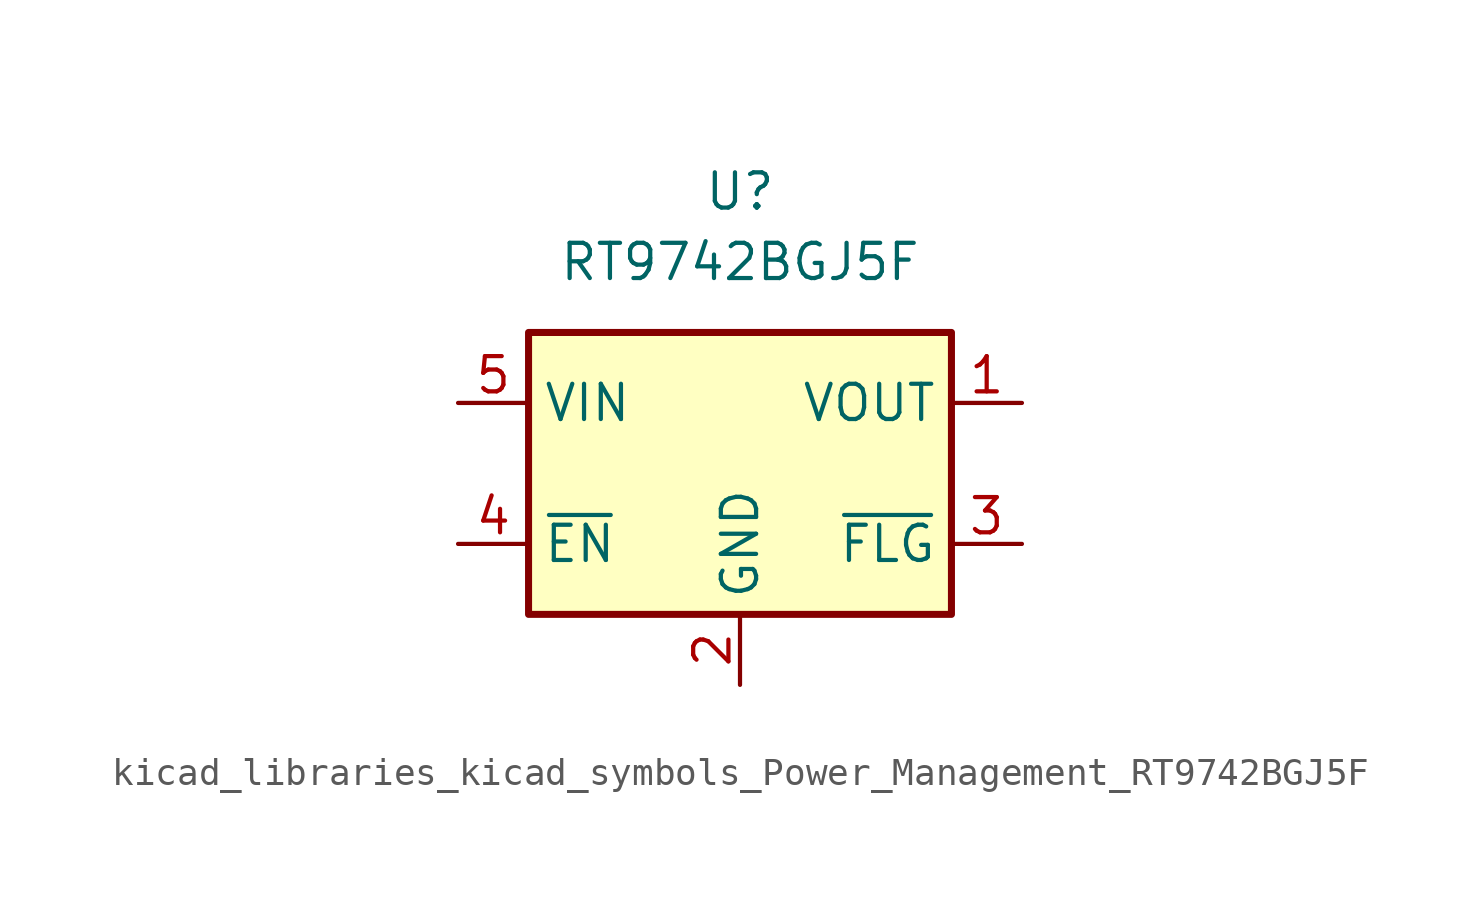
<source format=kicad_sym>
(kicad_symbol_lib
  (version 20220914)
  (generator kicad_symbol_editor)
  (symbol "kicad_libraries_kicad_symbols_Power_Management_RT9742BGJ5F"
    (property "Reference" "U"
      (at 0 10.16 0)
      (effects (font (size 1.27 1.27))))
    (property "Value" "RT9742BGJ5F"
      (at 0 7.62 0)
      (effects (font (size 1.27 1.27))))
    (symbol "kicad_libraries_kicad_symbols_Power_Management_RT9742BGJ5F_0_1"
      (rectangle (start -7.62 5.08) (end 7.62 -5.08) (stroke (width 0.254) (type default)) (fill (type background))))
    (symbol "kicad_libraries_kicad_symbols_Power_Management_RT9742BGJ5F_1_1"
      (pin power_out line (at 10.16 2.54 180) (length 2.54) (name "VOUT" (effects (font (size 1.27 1.27)))) (number "1" (effects (font (size 1.27 1.27)))))
      (pin power_in line (at 0 -7.62 90) (length 2.54) (name "GND" (effects (font (size 1.27 1.27)))) (number "2" (effects (font (size 1.27 1.27)))))
      (pin open_collector line (at 10.16 -2.54 180) (length 2.54) (name "~{FLG}" (effects (font (size 1.27 1.27)))) (number "3" (effects (font (size 1.27 1.27)))))
      (pin input line (at -10.16 -2.54 0) (length 2.54) (name "~{EN}" (effects (font (size 1.27 1.27)))) (number "4" (effects (font (size 1.27 1.27)))))
      (pin power_in line (at -10.16 2.54 0) (length 2.54) (name "VIN" (effects (font (size 1.27 1.27)))) (number "5" (effects (font (size 1.27 1.27))))))))
</source>
